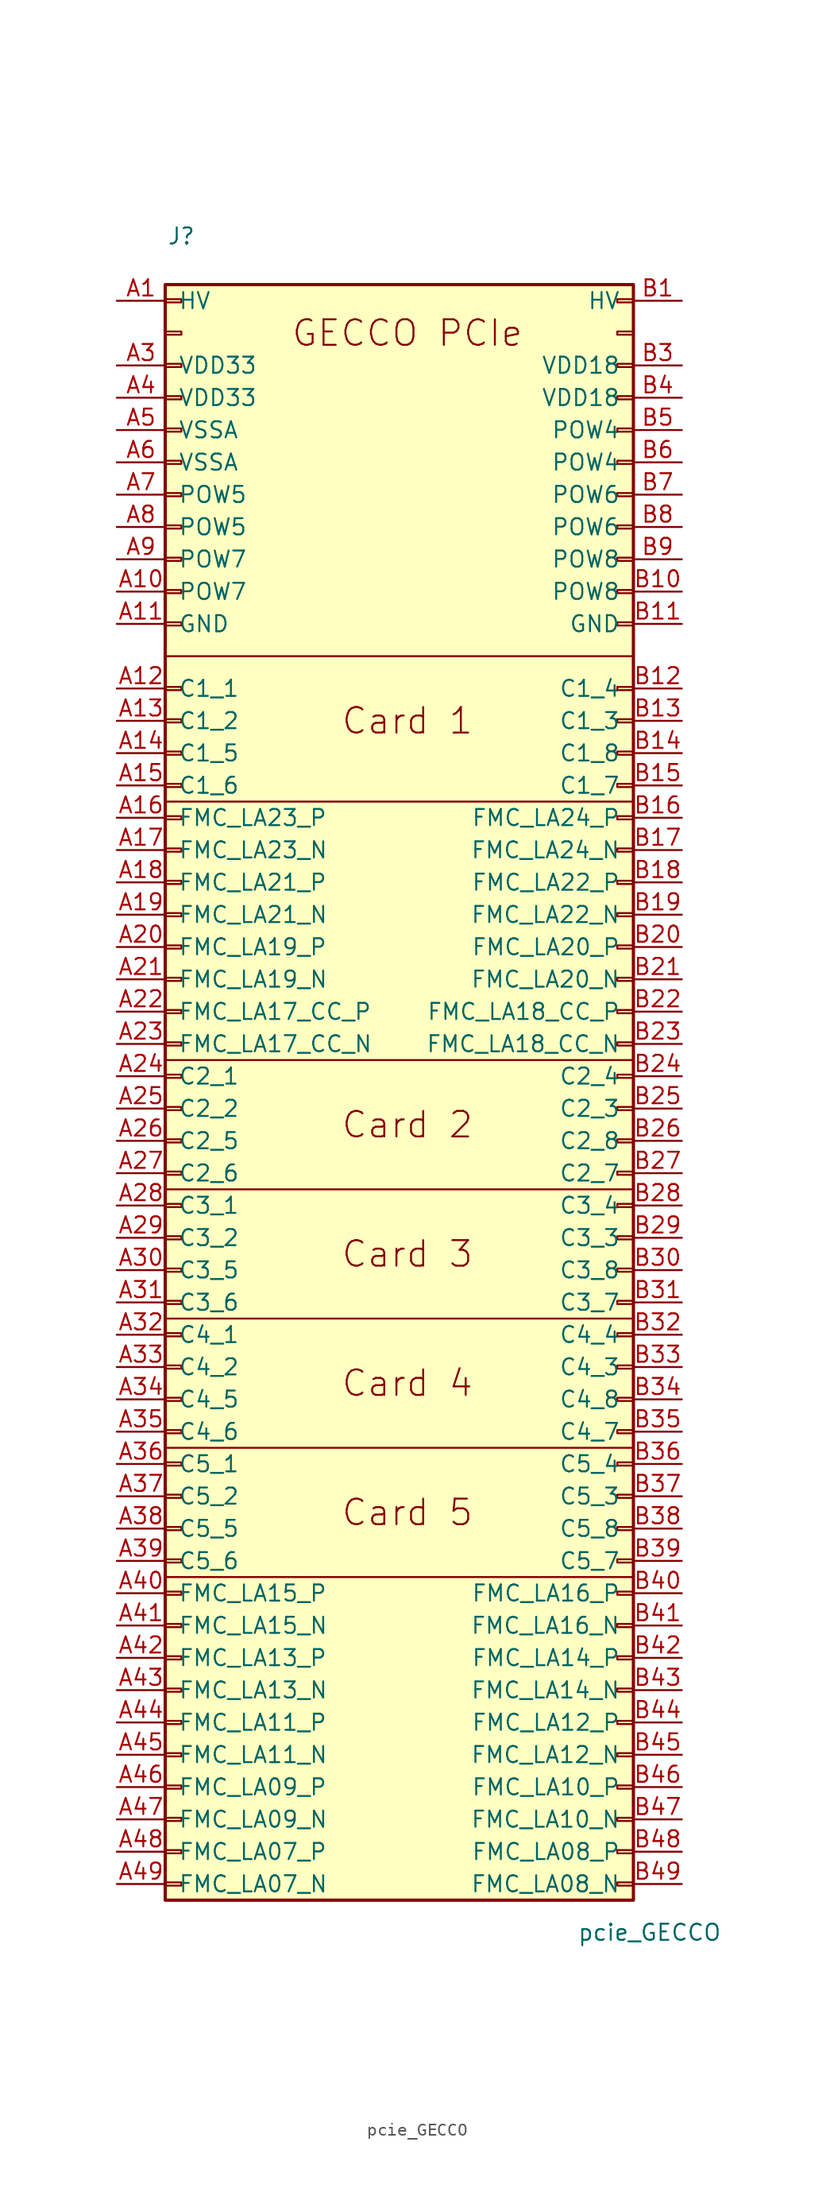
<source format=kicad_sym>
(kicad_symbol_lib
  (version 20211014)
  (generator kicad_symbol_editor)
  (symbol "pcie_GECCO"
    (pin_names
      (offset 1.016))
    (property "Reference" "J"
      (at -17.78 62.23 0)
      (effects (font (size 1.27 1.27))))
    (property "Value" "pcie_GECCO"
      (at 19.05 -71.12 0)
      (effects (font (size 1.27 1.27))))
    (symbol "pcie_GECCO_0_0"
      (text "Card 1" (at 0 24.13 0) (effects (font (size 2.007 2.007)))))
    (symbol "pcie_GECCO_0_1"
      (polyline (pts (xy -19.05 -43.18) (xy 17.78 -43.18)) (stroke (width 0) (type default) (color 0 0 0 0)) (fill (type none)))
      (polyline (pts (xy -19.05 -33.02) (xy 17.78 -33.02)) (stroke (width 0) (type default) (color 0 0 0 0)) (fill (type none)))
      (polyline (pts (xy -19.05 -22.86) (xy 17.78 -22.86)) (stroke (width 0) (type default) (color 0 0 0 0)) (fill (type none)))
      (polyline (pts (xy -19.05 -12.7) (xy 17.78 -12.7)) (stroke (width 0) (type default) (color 0 0 0 0)) (fill (type none)))
      (polyline (pts (xy -19.05 -2.54) (xy 17.78 -2.54)) (stroke (width 0) (type default) (color 0 0 0 0)) (fill (type none)))
      (polyline (pts (xy -19.05 17.78) (xy 17.78 17.78)) (stroke (width 0) (type default) (color 0 0 0 0)) (fill (type none)))
      (polyline (pts (xy -19.05 29.21) (xy 17.78 29.21)) (stroke (width 0) (type default) (color 0 0 0 0)) (fill (type none))))
    (symbol "pcie_GECCO_1_1"
      (rectangle (start -19.05 -67.183) (end -17.78 -67.437) (stroke (width 0.152) (type default) (color 0 0 0 0)) (fill (type none)))
      (rectangle (start -19.05 -64.643) (end -17.78 -64.897) (stroke (width 0.152) (type default) (color 0 0 0 0)) (fill (type none)))
      (rectangle (start -19.05 -62.103) (end -17.78 -62.357) (stroke (width 0.152) (type default) (color 0 0 0 0)) (fill (type none)))
      (rectangle (start -19.05 -59.563) (end -17.78 -59.817) (stroke (width 0.152) (type default) (color 0 0 0 0)) (fill (type none)))
      (rectangle (start -19.05 -57.023) (end -17.78 -57.277) (stroke (width 0.152) (type default) (color 0 0 0 0)) (fill (type none)))
      (rectangle (start -19.05 -54.483) (end -17.78 -54.737) (stroke (width 0.152) (type default) (color 0 0 0 0)) (fill (type none)))
      (rectangle (start -19.05 -51.943) (end -17.78 -52.197) (stroke (width 0.152) (type default) (color 0 0 0 0)) (fill (type none)))
      (rectangle (start -19.05 -49.403) (end -17.78 -49.657) (stroke (width 0.152) (type default) (color 0 0 0 0)) (fill (type none)))
      (rectangle (start -19.05 -46.863) (end -17.78 -47.117) (stroke (width 0.152) (type default) (color 0 0 0 0)) (fill (type none)))
      (rectangle (start -19.05 -44.323) (end -17.78 -44.577) (stroke (width 0.152) (type default) (color 0 0 0 0)) (fill (type none)))
      (rectangle (start -19.05 -41.783) (end -17.78 -42.037) (stroke (width 0.152) (type default) (color 0 0 0 0)) (fill (type none)))
      (rectangle (start -19.05 -39.243) (end -17.78 -39.497) (stroke (width 0.152) (type default) (color 0 0 0 0)) (fill (type none)))
      (rectangle (start -19.05 -36.703) (end -17.78 -36.957) (stroke (width 0.152) (type default) (color 0 0 0 0)) (fill (type none)))
      (rectangle (start -19.05 -34.163) (end -17.78 -34.417) (stroke (width 0.152) (type default) (color 0 0 0 0)) (fill (type none)))
      (rectangle (start -19.05 -31.623) (end -17.78 -31.877) (stroke (width 0.152) (type default) (color 0 0 0 0)) (fill (type none)))
      (rectangle (start -19.05 -29.083) (end -17.78 -29.337) (stroke (width 0.152) (type default) (color 0 0 0 0)) (fill (type none)))
      (rectangle (start -19.05 -26.543) (end -17.78 -26.797) (stroke (width 0.152) (type default) (color 0 0 0 0)) (fill (type none)))
      (rectangle (start -19.05 -24.003) (end -17.78 -24.257) (stroke (width 0.152) (type default) (color 0 0 0 0)) (fill (type none)))
      (rectangle (start -19.05 -21.463) (end -17.78 -21.717) (stroke (width 0.152) (type default) (color 0 0 0 0)) (fill (type none)))
      (rectangle (start -19.05 -18.923) (end -17.78 -19.177) (stroke (width 0.152) (type default) (color 0 0 0 0)) (fill (type none)))
      (rectangle (start -19.05 -16.383) (end -17.78 -16.637) (stroke (width 0.152) (type default) (color 0 0 0 0)) (fill (type none)))
      (rectangle (start -19.05 -13.843) (end -17.78 -14.097) (stroke (width 0.152) (type default) (color 0 0 0 0)) (fill (type none)))
      (rectangle (start -19.05 -11.303) (end -17.78 -11.557) (stroke (width 0.152) (type default) (color 0 0 0 0)) (fill (type none)))
      (rectangle (start -19.05 -8.763) (end -17.78 -9.017) (stroke (width 0.152) (type default) (color 0 0 0 0)) (fill (type none)))
      (rectangle (start -19.05 -6.223) (end -17.78 -6.477) (stroke (width 0.152) (type default) (color 0 0 0 0)) (fill (type none)))
      (rectangle (start -19.05 -3.683) (end -17.78 -3.937) (stroke (width 0.152) (type default) (color 0 0 0 0)) (fill (type none)))
      (rectangle (start -19.05 -1.143) (end -17.78 -1.397) (stroke (width 0.152) (type default) (color 0 0 0 0)) (fill (type none)))
      (rectangle (start -19.05 1.397) (end -17.78 1.143) (stroke (width 0.152) (type default) (color 0 0 0 0)) (fill (type none)))
      (rectangle (start -19.05 3.937) (end -17.78 3.683) (stroke (width 0.152) (type default) (color 0 0 0 0)) (fill (type none)))
      (rectangle (start -19.05 6.477) (end -17.78 6.223) (stroke (width 0.152) (type default) (color 0 0 0 0)) (fill (type none)))
      (rectangle (start -19.05 9.017) (end -17.78 8.763) (stroke (width 0.152) (type default) (color 0 0 0 0)) (fill (type none)))
      (rectangle (start -19.05 11.557) (end -17.78 11.303) (stroke (width 0.152) (type default) (color 0 0 0 0)) (fill (type none)))
      (rectangle (start -19.05 14.097) (end -17.78 13.843) (stroke (width 0.152) (type default) (color 0 0 0 0)) (fill (type none)))
      (rectangle (start -19.05 16.637) (end -17.78 16.383) (stroke (width 0.152) (type default) (color 0 0 0 0)) (fill (type none)))
      (rectangle (start -19.05 19.177) (end -17.78 18.923) (stroke (width 0.152) (type default) (color 0 0 0 0)) (fill (type none)))
      (rectangle (start -19.05 21.717) (end -17.78 21.463) (stroke (width 0.152) (type default) (color 0 0 0 0)) (fill (type none)))
      (rectangle (start -19.05 24.257) (end -17.78 24.003) (stroke (width 0.152) (type default) (color 0 0 0 0)) (fill (type none)))
      (rectangle (start -19.05 26.797) (end -17.78 26.543) (stroke (width 0.152) (type default) (color 0 0 0 0)) (fill (type none)))
      (rectangle (start -19.05 31.877) (end -17.78 31.623) (stroke (width 0.152) (type default) (color 0 0 0 0)) (fill (type none)))
      (rectangle (start -19.05 34.417) (end -17.78 34.163) (stroke (width 0.152) (type default) (color 0 0 0 0)) (fill (type none)))
      (rectangle (start -19.05 36.957) (end -17.78 36.703) (stroke (width 0.152) (type default) (color 0 0 0 0)) (fill (type none)))
      (rectangle (start -19.05 39.497) (end -17.78 39.243) (stroke (width 0.152) (type default) (color 0 0 0 0)) (fill (type none)))
      (rectangle (start -19.05 42.037) (end -17.78 41.783) (stroke (width 0.152) (type default) (color 0 0 0 0)) (fill (type none)))
      (rectangle (start -19.05 44.577) (end -17.78 44.323) (stroke (width 0.152) (type default) (color 0 0 0 0)) (fill (type none)))
      (rectangle (start -19.05 47.117) (end -17.78 46.863) (stroke (width 0.152) (type default) (color 0 0 0 0)) (fill (type none)))
      (rectangle (start -19.05 49.657) (end -17.78 49.403) (stroke (width 0.152) (type default) (color 0 0 0 0)) (fill (type none)))
      (rectangle (start -19.05 52.197) (end -17.78 51.943) (stroke (width 0.152) (type default) (color 0 0 0 0)) (fill (type none)))
      (rectangle (start -19.05 54.737) (end -17.78 54.483) (stroke (width 0.152) (type default) (color 0 0 0 0)) (fill (type none)))
      (rectangle (start -19.05 57.277) (end -17.78 57.023) (stroke (width 0.152) (type default) (color 0 0 0 0)) (fill (type none)))
      (rectangle (start -19.05 58.42) (end 17.78 -68.58) (stroke (width 0.254) (type default) (color 0 0 0 0)) (fill (type background)))
      (rectangle (start 17.78 -67.183) (end 16.51 -67.437) (stroke (width 0.152) (type default) (color 0 0 0 0)) (fill (type none)))
      (rectangle (start 17.78 -64.643) (end 16.51 -64.897) (stroke (width 0.152) (type default) (color 0 0 0 0)) (fill (type none)))
      (rectangle (start 17.78 -62.103) (end 16.51 -62.357) (stroke (width 0.152) (type default) (color 0 0 0 0)) (fill (type none)))
      (rectangle (start 17.78 -59.563) (end 16.51 -59.817) (stroke (width 0.152) (type default) (color 0 0 0 0)) (fill (type none)))
      (rectangle (start 17.78 -57.023) (end 16.51 -57.277) (stroke (width 0.152) (type default) (color 0 0 0 0)) (fill (type none)))
      (rectangle (start 17.78 -54.483) (end 16.51 -54.737) (stroke (width 0.152) (type default) (color 0 0 0 0)) (fill (type none)))
      (rectangle (start 17.78 -51.943) (end 16.51 -52.197) (stroke (width 0.152) (type default) (color 0 0 0 0)) (fill (type none)))
      (rectangle (start 17.78 -49.403) (end 16.51 -49.657) (stroke (width 0.152) (type default) (color 0 0 0 0)) (fill (type none)))
      (rectangle (start 17.78 -46.863) (end 16.51 -47.117) (stroke (width 0.152) (type default) (color 0 0 0 0)) (fill (type none)))
      (rectangle (start 17.78 -44.323) (end 16.51 -44.577) (stroke (width 0.152) (type default) (color 0 0 0 0)) (fill (type none)))
      (rectangle (start 17.78 -41.783) (end 16.51 -42.037) (stroke (width 0.152) (type default) (color 0 0 0 0)) (fill (type none)))
      (rectangle (start 17.78 -39.243) (end 16.51 -39.497) (stroke (width 0.152) (type default) (color 0 0 0 0)) (fill (type none)))
      (rectangle (start 17.78 -36.703) (end 16.51 -36.957) (stroke (width 0.152) (type default) (color 0 0 0 0)) (fill (type none)))
      (rectangle (start 17.78 -34.163) (end 16.51 -34.417) (stroke (width 0.152) (type default) (color 0 0 0 0)) (fill (type none)))
      (rectangle (start 17.78 -31.623) (end 16.51 -31.877) (stroke (width 0.152) (type default) (color 0 0 0 0)) (fill (type none)))
      (rectangle (start 17.78 -29.083) (end 16.51 -29.337) (stroke (width 0.152) (type default) (color 0 0 0 0)) (fill (type none)))
      (rectangle (start 17.78 -26.543) (end 16.51 -26.797) (stroke (width 0.152) (type default) (color 0 0 0 0)) (fill (type none)))
      (rectangle (start 17.78 -24.003) (end 16.51 -24.257) (stroke (width 0.152) (type default) (color 0 0 0 0)) (fill (type none)))
      (rectangle (start 17.78 -21.463) (end 16.51 -21.717) (stroke (width 0.152) (type default) (color 0 0 0 0)) (fill (type none)))
      (rectangle (start 17.78 -18.923) (end 16.51 -19.177) (stroke (width 0.152) (type default) (color 0 0 0 0)) (fill (type none)))
      (rectangle (start 17.78 -16.383) (end 16.51 -16.637) (stroke (width 0.152) (type default) (color 0 0 0 0)) (fill (type none)))
      (rectangle (start 17.78 -13.843) (end 16.51 -14.097) (stroke (width 0.152) (type default) (color 0 0 0 0)) (fill (type none)))
      (rectangle (start 17.78 -11.303) (end 16.51 -11.557) (stroke (width 0.152) (type default) (color 0 0 0 0)) (fill (type none)))
      (rectangle (start 17.78 -8.763) (end 16.51 -9.017) (stroke (width 0.152) (type default) (color 0 0 0 0)) (fill (type none)))
      (rectangle (start 17.78 -6.223) (end 16.51 -6.477) (stroke (width 0.152) (type default) (color 0 0 0 0)) (fill (type none)))
      (rectangle (start 17.78 -3.683) (end 16.51 -3.937) (stroke (width 0.152) (type default) (color 0 0 0 0)) (fill (type none)))
      (rectangle (start 17.78 -1.143) (end 16.51 -1.397) (stroke (width 0.152) (type default) (color 0 0 0 0)) (fill (type none)))
      (rectangle (start 17.78 1.397) (end 16.51 1.143) (stroke (width 0.152) (type default) (color 0 0 0 0)) (fill (type none)))
      (rectangle (start 17.78 3.937) (end 16.51 3.683) (stroke (width 0.152) (type default) (color 0 0 0 0)) (fill (type none)))
      (rectangle (start 17.78 6.477) (end 16.51 6.223) (stroke (width 0.152) (type default) (color 0 0 0 0)) (fill (type none)))
      (rectangle (start 17.78 9.017) (end 16.51 8.763) (stroke (width 0.152) (type default) (color 0 0 0 0)) (fill (type none)))
      (rectangle (start 17.78 11.557) (end 16.51 11.303) (stroke (width 0.152) (type default) (color 0 0 0 0)) (fill (type none)))
      (rectangle (start 17.78 14.097) (end 16.51 13.843) (stroke (width 0.152) (type default) (color 0 0 0 0)) (fill (type none)))
      (rectangle (start 17.78 16.637) (end 16.51 16.383) (stroke (width 0.152) (type default) (color 0 0 0 0)) (fill (type none)))
      (rectangle (start 17.78 19.177) (end 16.51 18.923) (stroke (width 0.152) (type default) (color 0 0 0 0)) (fill (type none)))
      (rectangle (start 17.78 21.717) (end 16.51 21.463) (stroke (width 0.152) (type default) (color 0 0 0 0)) (fill (type none)))
      (rectangle (start 17.78 24.257) (end 16.51 24.003) (stroke (width 0.152) (type default) (color 0 0 0 0)) (fill (type none)))
      (rectangle (start 17.78 26.797) (end 16.51 26.543) (stroke (width 0.152) (type default) (color 0 0 0 0)) (fill (type none)))
      (rectangle (start 17.78 31.877) (end 16.51 31.623) (stroke (width 0.152) (type default) (color 0 0 0 0)) (fill (type none)))
      (rectangle (start 17.78 34.417) (end 16.51 34.163) (stroke (width 0.152) (type default) (color 0 0 0 0)) (fill (type none)))
      (rectangle (start 17.78 36.957) (end 16.51 36.703) (stroke (width 0.152) (type default) (color 0 0 0 0)) (fill (type none)))
      (rectangle (start 17.78 39.497) (end 16.51 39.243) (stroke (width 0.152) (type default) (color 0 0 0 0)) (fill (type none)))
      (rectangle (start 17.78 42.037) (end 16.51 41.783) (stroke (width 0.152) (type default) (color 0 0 0 0)) (fill (type none)))
      (rectangle (start 17.78 44.577) (end 16.51 44.323) (stroke (width 0.152) (type default) (color 0 0 0 0)) (fill (type none)))
      (rectangle (start 17.78 47.117) (end 16.51 46.863) (stroke (width 0.152) (type default) (color 0 0 0 0)) (fill (type none)))
      (rectangle (start 17.78 49.657) (end 16.51 49.403) (stroke (width 0.152) (type default) (color 0 0 0 0)) (fill (type none)))
      (rectangle (start 17.78 52.197) (end 16.51 51.943) (stroke (width 0.152) (type default) (color 0 0 0 0)) (fill (type none)))
      (rectangle (start 17.78 54.737) (end 16.51 54.483) (stroke (width 0.152) (type default) (color 0 0 0 0)) (fill (type none)))
      (rectangle (start 17.78 57.277) (end 16.51 57.023) (stroke (width 0.152) (type default) (color 0 0 0 0)) (fill (type none)))
      (text "Card 2" (at 0 -7.62 0) (effects (font (size 2.007 2.007))))
      (text "Card 3" (at 0 -17.78 0) (effects (font (size 2.007 2.007))))
      (text "Card 4" (at 0 -27.94 0) (effects (font (size 2.007 2.007))))
      (text "Card 5" (at 0 -38.1 0) (effects (font (size 2.007 2.007))))
      (text "GECCO PCIe" (at 0 54.61 0) (effects (font (size 2.007 2.007))))
      (pin passive line (at -22.86 57.15 0) (length 3.81) (name "HV" (effects (font (size 1.27 1.27)))) (number "A1" (effects (font (size 1.27 1.27)))))
      (pin passive line (at -22.86 34.29 0) (length 3.81) (name "POW7" (effects (font (size 1.27 1.27)))) (number "A10" (effects (font (size 1.27 1.27)))))
      (pin passive line (at -22.86 31.75 0) (length 3.81) (name "GND" (effects (font (size 1.27 1.27)))) (number "A11" (effects (font (size 1.27 1.27)))))
      (pin passive line (at -22.86 26.67 0) (length 3.81) (name "C1_1" (effects (font (size 1.27 1.27)))) (number "A12" (effects (font (size 1.27 1.27)))))
      (pin passive line (at -22.86 24.13 0) (length 3.81) (name "C1_2" (effects (font (size 1.27 1.27)))) (number "A13" (effects (font (size 1.27 1.27)))))
      (pin passive line (at -22.86 21.59 0) (length 3.81) (name "C1_5" (effects (font (size 1.27 1.27)))) (number "A14" (effects (font (size 1.27 1.27)))))
      (pin passive line (at -22.86 19.05 0) (length 3.81) (name "C1_6" (effects (font (size 1.27 1.27)))) (number "A15" (effects (font (size 1.27 1.27)))))
      (pin passive line (at -22.86 16.51 0) (length 3.81) (name "FMC_LA23_P" (effects (font (size 1.27 1.27)))) (number "A16" (effects (font (size 1.27 1.27)))))
      (pin passive line (at -22.86 13.97 0) (length 3.81) (name "FMC_LA23_N" (effects (font (size 1.27 1.27)))) (number "A17" (effects (font (size 1.27 1.27)))))
      (pin passive line (at -22.86 11.43 0) (length 3.81) (name "FMC_LA21_P" (effects (font (size 1.27 1.27)))) (number "A18" (effects (font (size 1.27 1.27)))))
      (pin passive line (at -22.86 8.89 0) (length 3.81) (name "FMC_LA21_N" (effects (font (size 1.27 1.27)))) (number "A19" (effects (font (size 1.27 1.27)))))
      (pin passive line (at -22.86 6.35 0) (length 3.81) (name "FMC_LA19_P" (effects (font (size 1.27 1.27)))) (number "A20" (effects (font (size 1.27 1.27)))))
      (pin passive line (at -22.86 3.81 0) (length 3.81) (name "FMC_LA19_N" (effects (font (size 1.27 1.27)))) (number "A21" (effects (font (size 1.27 1.27)))))
      (pin passive line (at -22.86 1.27 0) (length 3.81) (name "FMC_LA17_CC_P" (effects (font (size 1.27 1.27)))) (number "A22" (effects (font (size 1.27 1.27)))))
      (pin passive line (at -22.86 -1.27 0) (length 3.81) (name "FMC_LA17_CC_N" (effects (font (size 1.27 1.27)))) (number "A23" (effects (font (size 1.27 1.27)))))
      (pin passive line (at -22.86 -3.81 0) (length 3.81) (name "C2_1" (effects (font (size 1.27 1.27)))) (number "A24" (effects (font (size 1.27 1.27)))))
      (pin passive line (at -22.86 -6.35 0) (length 3.81) (name "C2_2" (effects (font (size 1.27 1.27)))) (number "A25" (effects (font (size 1.27 1.27)))))
      (pin passive line (at -22.86 -8.89 0) (length 3.81) (name "C2_5" (effects (font (size 1.27 1.27)))) (number "A26" (effects (font (size 1.27 1.27)))))
      (pin passive line (at -22.86 -11.43 0) (length 3.81) (name "C2_6" (effects (font (size 1.27 1.27)))) (number "A27" (effects (font (size 1.27 1.27)))))
      (pin passive line (at -22.86 -13.97 0) (length 3.81) (name "C3_1" (effects (font (size 1.27 1.27)))) (number "A28" (effects (font (size 1.27 1.27)))))
      (pin passive line (at -22.86 -16.51 0) (length 3.81) (name "C3_2" (effects (font (size 1.27 1.27)))) (number "A29" (effects (font (size 1.27 1.27)))))
      (pin passive line (at -22.86 52.07 0) (length 3.81) (name "VDD33" (effects (font (size 1.27 1.27)))) (number "A3" (effects (font (size 1.27 1.27)))))
      (pin passive line (at -22.86 -19.05 0) (length 3.81) (name "C3_5" (effects (font (size 1.27 1.27)))) (number "A30" (effects (font (size 1.27 1.27)))))
      (pin passive line (at -22.86 -21.59 0) (length 3.81) (name "C3_6" (effects (font (size 1.27 1.27)))) (number "A31" (effects (font (size 1.27 1.27)))))
      (pin passive line (at -22.86 -24.13 0) (length 3.81) (name "C4_1" (effects (font (size 1.27 1.27)))) (number "A32" (effects (font (size 1.27 1.27)))))
      (pin passive line (at -22.86 -26.67 0) (length 3.81) (name "C4_2" (effects (font (size 1.27 1.27)))) (number "A33" (effects (font (size 1.27 1.27)))))
      (pin passive line (at -22.86 -29.21 0) (length 3.81) (name "C4_5" (effects (font (size 1.27 1.27)))) (number "A34" (effects (font (size 1.27 1.27)))))
      (pin passive line (at -22.86 -31.75 0) (length 3.81) (name "C4_6" (effects (font (size 1.27 1.27)))) (number "A35" (effects (font (size 1.27 1.27)))))
      (pin passive line (at -22.86 -34.29 0) (length 3.81) (name "C5_1" (effects (font (size 1.27 1.27)))) (number "A36" (effects (font (size 1.27 1.27)))))
      (pin passive line (at -22.86 -36.83 0) (length 3.81) (name "C5_2" (effects (font (size 1.27 1.27)))) (number "A37" (effects (font (size 1.27 1.27)))))
      (pin passive line (at -22.86 -39.37 0) (length 3.81) (name "C5_5" (effects (font (size 1.27 1.27)))) (number "A38" (effects (font (size 1.27 1.27)))))
      (pin passive line (at -22.86 -41.91 0) (length 3.81) (name "C5_6" (effects (font (size 1.27 1.27)))) (number "A39" (effects (font (size 1.27 1.27)))))
      (pin passive line (at -22.86 49.53 0) (length 3.81) (name "VDD33" (effects (font (size 1.27 1.27)))) (number "A4" (effects (font (size 1.27 1.27)))))
      (pin passive line (at -22.86 -44.45 0) (length 3.81) (name "FMC_LA15_P" (effects (font (size 1.27 1.27)))) (number "A40" (effects (font (size 1.27 1.27)))))
      (pin passive line (at -22.86 -46.99 0) (length 3.81) (name "FMC_LA15_N" (effects (font (size 1.27 1.27)))) (number "A41" (effects (font (size 1.27 1.27)))))
      (pin passive line (at -22.86 -49.53 0) (length 3.81) (name "FMC_LA13_P" (effects (font (size 1.27 1.27)))) (number "A42" (effects (font (size 1.27 1.27)))))
      (pin passive line (at -22.86 -52.07 0) (length 3.81) (name "FMC_LA13_N" (effects (font (size 1.27 1.27)))) (number "A43" (effects (font (size 1.27 1.27)))))
      (pin passive line (at -22.86 -54.61 0) (length 3.81) (name "FMC_LA11_P" (effects (font (size 1.27 1.27)))) (number "A44" (effects (font (size 1.27 1.27)))))
      (pin passive line (at -22.86 -57.15 0) (length 3.81) (name "FMC_LA11_N" (effects (font (size 1.27 1.27)))) (number "A45" (effects (font (size 1.27 1.27)))))
      (pin passive line (at -22.86 -59.69 0) (length 3.81) (name "FMC_LA09_P" (effects (font (size 1.27 1.27)))) (number "A46" (effects (font (size 1.27 1.27)))))
      (pin passive line (at -22.86 -62.23 0) (length 3.81) (name "FMC_LA09_N" (effects (font (size 1.27 1.27)))) (number "A47" (effects (font (size 1.27 1.27)))))
      (pin passive line (at -22.86 -64.77 0) (length 3.81) (name "FMC_LA07_P" (effects (font (size 1.27 1.27)))) (number "A48" (effects (font (size 1.27 1.27)))))
      (pin passive line (at -22.86 -67.31 0) (length 3.81) (name "FMC_LA07_N" (effects (font (size 1.27 1.27)))) (number "A49" (effects (font (size 1.27 1.27)))))
      (pin passive line (at -22.86 46.99 0) (length 3.81) (name "VSSA" (effects (font (size 1.27 1.27)))) (number "A5" (effects (font (size 1.27 1.27)))))
      (pin passive line (at -22.86 44.45 0) (length 3.81) (name "VSSA" (effects (font (size 1.27 1.27)))) (number "A6" (effects (font (size 1.27 1.27)))))
      (pin passive line (at -22.86 41.91 0) (length 3.81) (name "POW5" (effects (font (size 1.27 1.27)))) (number "A7" (effects (font (size 1.27 1.27)))))
      (pin passive line (at -22.86 39.37 0) (length 3.81) (name "POW5" (effects (font (size 1.27 1.27)))) (number "A8" (effects (font (size 1.27 1.27)))))
      (pin passive line (at -22.86 36.83 0) (length 3.81) (name "POW7" (effects (font (size 1.27 1.27)))) (number "A9" (effects (font (size 1.27 1.27)))))
      (pin passive line (at 21.59 57.15 180) (length 3.81) (name "HV" (effects (font (size 1.27 1.27)))) (number "B1" (effects (font (size 1.27 1.27)))))
      (pin passive line (at 21.59 34.29 180) (length 3.81) (name "POW8" (effects (font (size 1.27 1.27)))) (number "B10" (effects (font (size 1.27 1.27)))))
      (pin passive line (at 21.59 31.75 180) (length 3.81) (name "GND" (effects (font (size 1.27 1.27)))) (number "B11" (effects (font (size 1.27 1.27)))))
      (pin passive line (at 21.59 26.67 180) (length 3.81) (name "C1_4" (effects (font (size 1.27 1.27)))) (number "B12" (effects (font (size 1.27 1.27)))))
      (pin passive line (at 21.59 24.13 180) (length 3.81) (name "C1_3" (effects (font (size 1.27 1.27)))) (number "B13" (effects (font (size 1.27 1.27)))))
      (pin passive line (at 21.59 21.59 180) (length 3.81) (name "C1_8" (effects (font (size 1.27 1.27)))) (number "B14" (effects (font (size 1.27 1.27)))))
      (pin passive line (at 21.59 19.05 180) (length 3.81) (name "C1_7" (effects (font (size 1.27 1.27)))) (number "B15" (effects (font (size 1.27 1.27)))))
      (pin passive line (at 21.59 16.51 180) (length 3.81) (name "FMC_LA24_P" (effects (font (size 1.27 1.27)))) (number "B16" (effects (font (size 1.27 1.27)))))
      (pin passive line (at 21.59 13.97 180) (length 3.81) (name "FMC_LA24_N" (effects (font (size 1.27 1.27)))) (number "B17" (effects (font (size 1.27 1.27)))))
      (pin passive line (at 21.59 11.43 180) (length 3.81) (name "FMC_LA22_P" (effects (font (size 1.27 1.27)))) (number "B18" (effects (font (size 1.27 1.27)))))
      (pin passive line (at 21.59 8.89 180) (length 3.81) (name "FMC_LA22_N" (effects (font (size 1.27 1.27)))) (number "B19" (effects (font (size 1.27 1.27)))))
      (pin passive line (at 21.59 6.35 180) (length 3.81) (name "FMC_LA20_P" (effects (font (size 1.27 1.27)))) (number "B20" (effects (font (size 1.27 1.27)))))
      (pin passive line (at 21.59 3.81 180) (length 3.81) (name "FMC_LA20_N" (effects (font (size 1.27 1.27)))) (number "B21" (effects (font (size 1.27 1.27)))))
      (pin passive line (at 21.59 1.27 180) (length 3.81) (name "FMC_LA18_CC_P" (effects (font (size 1.27 1.27)))) (number "B22" (effects (font (size 1.27 1.27)))))
      (pin passive line (at 21.59 -1.27 180) (length 3.81) (name "FMC_LA18_CC_N" (effects (font (size 1.27 1.27)))) (number "B23" (effects (font (size 1.27 1.27)))))
      (pin passive line (at 21.59 -3.81 180) (length 3.81) (name "C2_4" (effects (font (size 1.27 1.27)))) (number "B24" (effects (font (size 1.27 1.27)))))
      (pin passive line (at 21.59 -6.35 180) (length 3.81) (name "C2_3" (effects (font (size 1.27 1.27)))) (number "B25" (effects (font (size 1.27 1.27)))))
      (pin passive line (at 21.59 -8.89 180) (length 3.81) (name "C2_8" (effects (font (size 1.27 1.27)))) (number "B26" (effects (font (size 1.27 1.27)))))
      (pin passive line (at 21.59 -11.43 180) (length 3.81) (name "C2_7" (effects (font (size 1.27 1.27)))) (number "B27" (effects (font (size 1.27 1.27)))))
      (pin passive line (at 21.59 -13.97 180) (length 3.81) (name "C3_4" (effects (font (size 1.27 1.27)))) (number "B28" (effects (font (size 1.27 1.27)))))
      (pin passive line (at 21.59 -16.51 180) (length 3.81) (name "C3_3" (effects (font (size 1.27 1.27)))) (number "B29" (effects (font (size 1.27 1.27)))))
      (pin passive line (at 21.59 52.07 180) (length 3.81) (name "VDD18" (effects (font (size 1.27 1.27)))) (number "B3" (effects (font (size 1.27 1.27)))))
      (pin passive line (at 21.59 -19.05 180) (length 3.81) (name "C3_8" (effects (font (size 1.27 1.27)))) (number "B30" (effects (font (size 1.27 1.27)))))
      (pin passive line (at 21.59 -21.59 180) (length 3.81) (name "C3_7" (effects (font (size 1.27 1.27)))) (number "B31" (effects (font (size 1.27 1.27)))))
      (pin passive line (at 21.59 -24.13 180) (length 3.81) (name "C4_4" (effects (font (size 1.27 1.27)))) (number "B32" (effects (font (size 1.27 1.27)))))
      (pin passive line (at 21.59 -26.67 180) (length 3.81) (name "C4_3" (effects (font (size 1.27 1.27)))) (number "B33" (effects (font (size 1.27 1.27)))))
      (pin passive line (at 21.59 -29.21 180) (length 3.81) (name "C4_8" (effects (font (size 1.27 1.27)))) (number "B34" (effects (font (size 1.27 1.27)))))
      (pin passive line (at 21.59 -31.75 180) (length 3.81) (name "C4_7" (effects (font (size 1.27 1.27)))) (number "B35" (effects (font (size 1.27 1.27)))))
      (pin passive line (at 21.59 -34.29 180) (length 3.81) (name "C5_4" (effects (font (size 1.27 1.27)))) (number "B36" (effects (font (size 1.27 1.27)))))
      (pin passive line (at 21.59 -36.83 180) (length 3.81) (name "C5_3" (effects (font (size 1.27 1.27)))) (number "B37" (effects (font (size 1.27 1.27)))))
      (pin passive line (at 21.59 -39.37 180) (length 3.81) (name "C5_8" (effects (font (size 1.27 1.27)))) (number "B38" (effects (font (size 1.27 1.27)))))
      (pin passive line (at 21.59 -41.91 180) (length 3.81) (name "C5_7" (effects (font (size 1.27 1.27)))) (number "B39" (effects (font (size 1.27 1.27)))))
      (pin passive line (at 21.59 49.53 180) (length 3.81) (name "VDD18" (effects (font (size 1.27 1.27)))) (number "B4" (effects (font (size 1.27 1.27)))))
      (pin passive line (at 21.59 -44.45 180) (length 3.81) (name "FMC_LA16_P" (effects (font (size 1.27 1.27)))) (number "B40" (effects (font (size 1.27 1.27)))))
      (pin passive line (at 21.59 -46.99 180) (length 3.81) (name "FMC_LA16_N" (effects (font (size 1.27 1.27)))) (number "B41" (effects (font (size 1.27 1.27)))))
      (pin passive line (at 21.59 -49.53 180) (length 3.81) (name "FMC_LA14_P" (effects (font (size 1.27 1.27)))) (number "B42" (effects (font (size 1.27 1.27)))))
      (pin passive line (at 21.59 -52.07 180) (length 3.81) (name "FMC_LA14_N" (effects (font (size 1.27 1.27)))) (number "B43" (effects (font (size 1.27 1.27)))))
      (pin passive line (at 21.59 -54.61 180) (length 3.81) (name "FMC_LA12_P" (effects (font (size 1.27 1.27)))) (number "B44" (effects (font (size 1.27 1.27)))))
      (pin passive line (at 21.59 -57.15 180) (length 3.81) (name "FMC_LA12_N" (effects (font (size 1.27 1.27)))) (number "B45" (effects (font (size 1.27 1.27)))))
      (pin passive line (at 21.59 -59.69 180) (length 3.81) (name "FMC_LA10_P" (effects (font (size 1.27 1.27)))) (number "B46" (effects (font (size 1.27 1.27)))))
      (pin passive line (at 21.59 -62.23 180) (length 3.81) (name "FMC_LA10_N" (effects (font (size 1.27 1.27)))) (number "B47" (effects (font (size 1.27 1.27)))))
      (pin passive line (at 21.59 -64.77 180) (length 3.81) (name "FMC_LA08_P" (effects (font (size 1.27 1.27)))) (number "B48" (effects (font (size 1.27 1.27)))))
      (pin passive line (at 21.59 -67.31 180) (length 3.81) (name "FMC_LA08_N" (effects (font (size 1.27 1.27)))) (number "B49" (effects (font (size 1.27 1.27)))))
      (pin passive line (at 21.59 46.99 180) (length 3.81) (name "POW4" (effects (font (size 1.27 1.27)))) (number "B5" (effects (font (size 1.27 1.27)))))
      (pin passive line (at 21.59 44.45 180) (length 3.81) (name "POW4" (effects (font (size 1.27 1.27)))) (number "B6" (effects (font (size 1.27 1.27)))))
      (pin passive line (at 21.59 41.91 180) (length 3.81) (name "POW6" (effects (font (size 1.27 1.27)))) (number "B7" (effects (font (size 1.27 1.27)))))
      (pin passive line (at 21.59 39.37 180) (length 3.81) (name "POW6" (effects (font (size 1.27 1.27)))) (number "B8" (effects (font (size 1.27 1.27)))))
      (pin passive line (at 21.59 36.83 180) (length 3.81) (name "POW8" (effects (font (size 1.27 1.27)))) (number "B9" (effects (font (size 1.27 1.27))))))))
</source>
